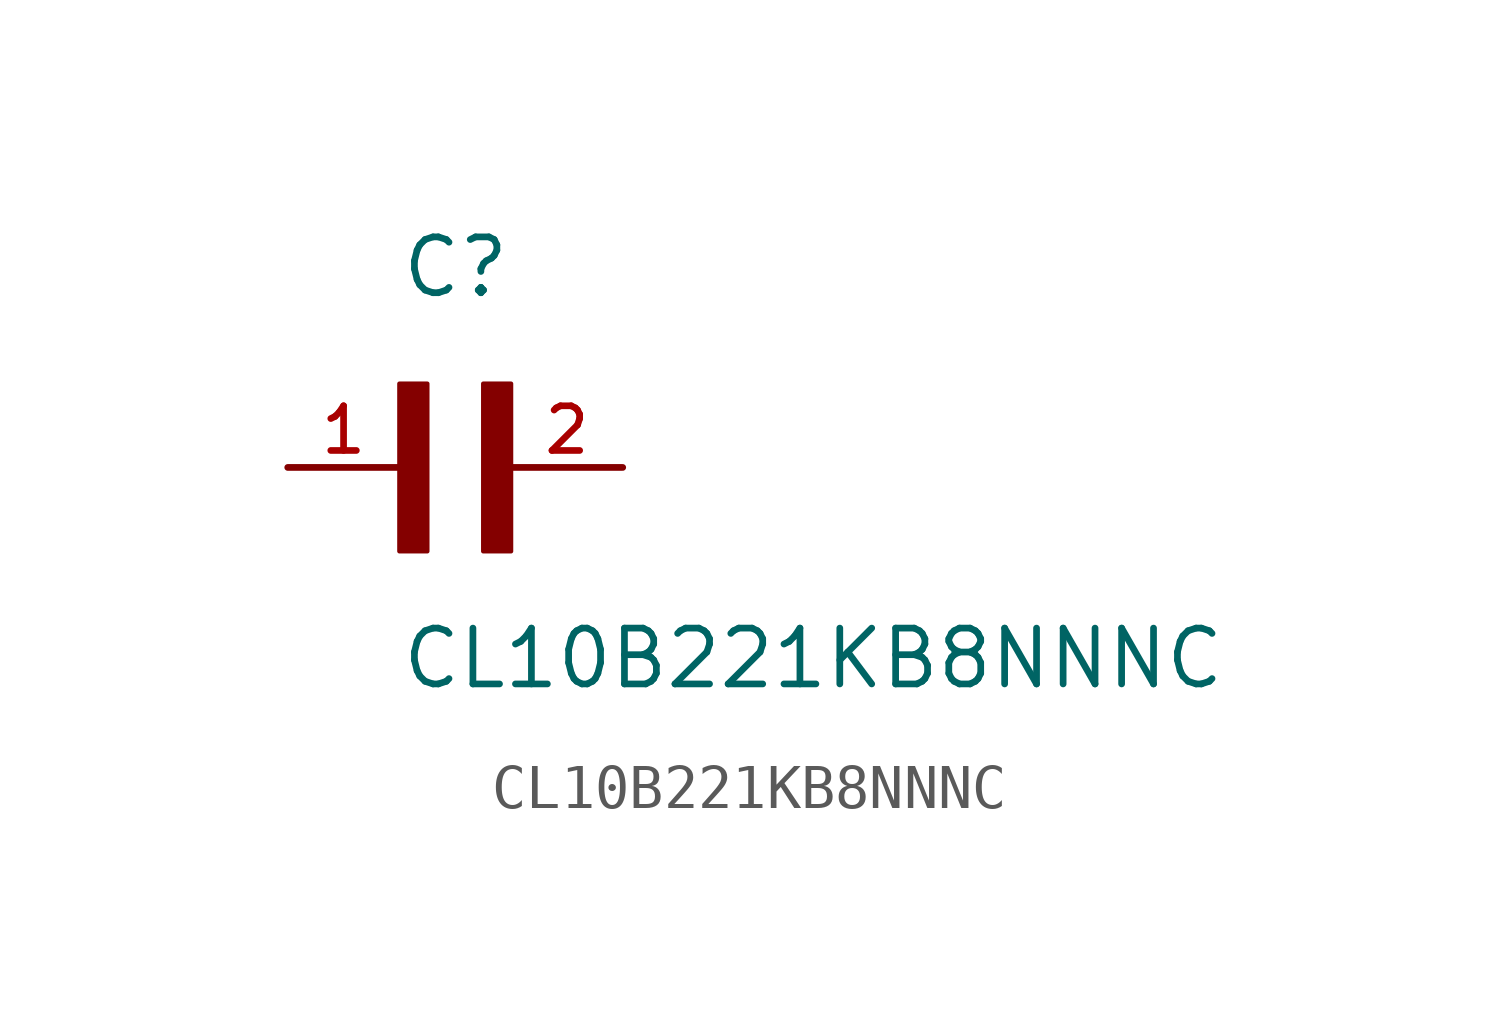
<source format=kicad_sym>
(kicad_symbol_lib
  (version 20211014)
  (generator kicad_symbol_editor)
  (symbol "CL10B221KB8NNNC"
    (pin_names
      (offset 1.016))
    (property "Reference" "C"
      (at 0.0 3.811 0)
      (effects (font (size 1.27 1.27)) (justify bottom left)))
    (property "Value" "CL10B221KB8NNNC"
      (at 0.0 -5.088 0)
      (effects (font (size 1.27 1.27)) (justify bottom left)))
    (symbol "CL10B221KB8NNNC_0_0"
      (rectangle (start 0.0 -1.907) (end 0.635 1.905) (stroke (width 0.1)) (fill (type outline)))
      (rectangle (start 1.907 -1.907) (end 2.54 1.905) (stroke (width 0.1)) (fill (type outline)))
      (pin passive line (at -2.54 0.0 0) (length 2.54) (name "~" (effects (font (size 1.016 1.016)))) (number "1" (effects (font (size 1.016 1.016)))))
      (pin passive line (at 5.08 0.0 180.0) (length 2.54) (name "~" (effects (font (size 1.016 1.016)))) (number "2" (effects (font (size 1.016 1.016))))))))
</source>
